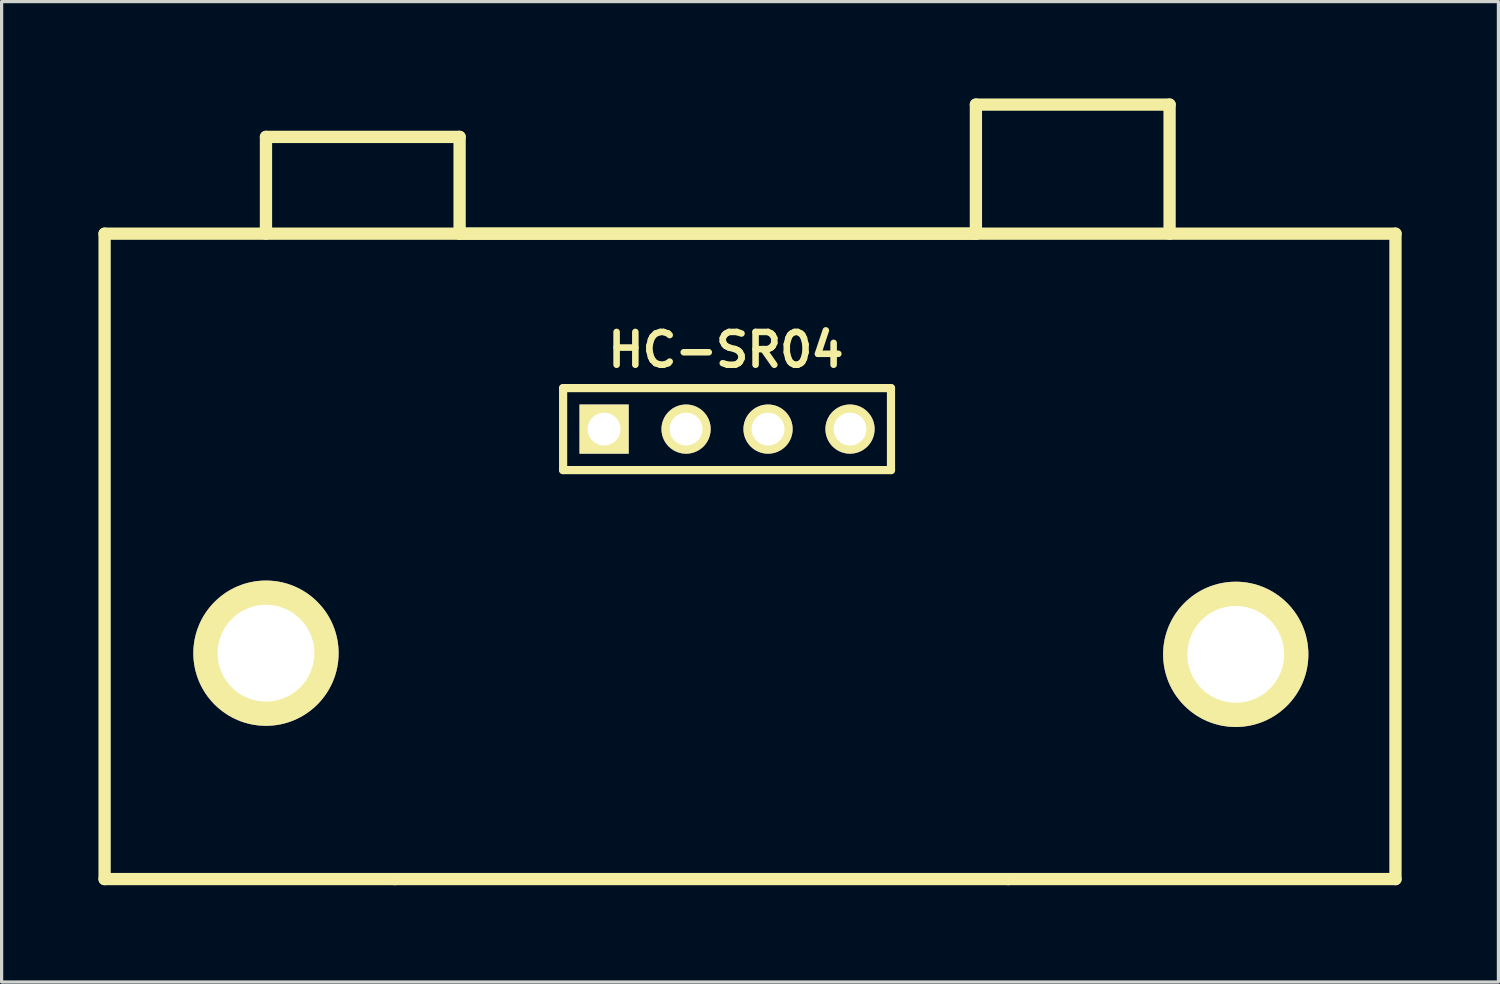
<source format=kicad_pcb>
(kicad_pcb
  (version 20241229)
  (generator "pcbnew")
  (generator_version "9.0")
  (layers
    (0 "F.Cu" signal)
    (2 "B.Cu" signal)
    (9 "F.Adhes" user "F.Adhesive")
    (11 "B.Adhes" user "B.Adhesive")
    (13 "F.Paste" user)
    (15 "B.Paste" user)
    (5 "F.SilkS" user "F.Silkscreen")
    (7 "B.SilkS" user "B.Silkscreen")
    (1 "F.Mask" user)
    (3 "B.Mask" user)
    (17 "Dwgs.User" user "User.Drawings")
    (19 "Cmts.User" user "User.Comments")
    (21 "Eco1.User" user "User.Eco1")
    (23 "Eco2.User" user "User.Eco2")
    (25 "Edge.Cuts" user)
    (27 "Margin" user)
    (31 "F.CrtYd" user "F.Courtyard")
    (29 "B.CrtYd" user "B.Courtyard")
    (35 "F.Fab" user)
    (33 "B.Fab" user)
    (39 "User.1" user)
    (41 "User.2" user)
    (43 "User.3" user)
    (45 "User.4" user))
  (footprint "HC-SR04"
    (layer "F.Cu")
    (at 19.444 10.333)
    (property "Reference" "HC-SR04" (at 0 -2.54 0) (layer "F.SilkS") (effects (font (size 1.016 1.016) (thickness 0.203))))
    (fp_line (start -19.253 -6.142) (end -19.253 13.858) (stroke (width 0.381) (type solid)) (layer "F.SilkS"))
    (fp_line (start -19.253 13.858) (end -10.251 13.858) (stroke (width 0.381) (type solid)) (layer "F.SilkS"))
    (fp_line (start -14.252 -9.141) (end -8.252 -9.141) (stroke (width 0.381) (type solid)) (layer "F.SilkS"))
    (fp_line (start -14.252 -6.142) (end -14.252 -9.141) (stroke (width 0.381) (type solid)) (layer "F.SilkS"))
    (fp_line (start -8.252 -9.141) (end -8.252 -6.142) (stroke (width 0.381) (type solid)) (layer "F.SilkS"))
    (fp_line (start -8.252 -6.142) (end 7.747 -6.142) (stroke (width 0.381) (type solid)) (layer "F.SilkS"))
    (fp_line (start -5.044 -1.356) (end -5.044 1.184) (stroke (width 0.254) (type solid)) (layer "F.SilkS"))
    (fp_line (start 5.116 -1.356) (end -5.044 -1.356) (stroke (width 0.254) (type solid)) (layer "F.SilkS"))
    (fp_line (start 5.116 1.184) (end -5.044 1.184) (stroke (width 0.254) (type solid)) (layer "F.SilkS"))
    (fp_line (start 5.116 1.184) (end 5.116 -1.356) (stroke (width 0.254) (type solid)) (layer "F.SilkS"))
    (fp_line (start 7.747 -10.142) (end 13.749 -10.142) (stroke (width 0.381) (type solid)) (layer "F.SilkS"))
    (fp_line (start 7.747 -6.142) (end 7.747 -10.142) (stroke (width 0.381) (type solid)) (layer "F.SilkS"))
    (fp_line (start 8.748 13.858) (end -10.251 13.858) (stroke (width 0.381) (type solid)) (layer "F.SilkS"))
    (fp_line (start 8.748 13.858) (end 20.749 13.858) (stroke (width 0.381) (type solid)) (layer "F.SilkS"))
    (fp_line (start 13.749 -10.142) (end 13.749 -6.142) (stroke (width 0.381) (type solid)) (layer "F.SilkS"))
    (fp_line (start 20.749 -6.142) (end -19.253 -6.142) (stroke (width 0.381) (type solid)) (layer "F.SilkS"))
    (fp_line (start 20.749 13.858) (end 20.749 -6.142) (stroke (width 0.381) (type solid)) (layer "F.SilkS"))
    (pad "" thru_hole circle (at -14.252 6.858) (size 4.501 4.501) (drill 3) (layers "*.Cu" "*.Mask" "F.SilkS"))
    (pad "" thru_hole circle (at 15.799 6.894) (size 4.501 4.501) (drill 3) (layers "*.Cu" "*.Mask" "F.SilkS"))
    (pad "1" thru_hole rect (at -3.774 -0.086) (size 1.524 1.524) (drill 1.016) (layers "*.Cu" "*.Mask" "F.SilkS"))
    (pad "2" thru_hole circle (at -1.234 -0.086) (size 1.524 1.524) (drill 1.016) (layers "*.Cu" "*.Mask" "F.SilkS"))
    (pad "3" thru_hole circle (at 1.306 -0.086) (size 1.524 1.524) (drill 1.016) (layers "*.Cu" "*.Mask" "F.SilkS"))
    (pad "4" thru_hole circle (at 3.846 -0.086) (size 1.524 1.524) (drill 1.016) (layers "*.Cu" "*.Mask" "F.SilkS")))
  (gr_rect
    (start -3 -3)
    (end 43.383 27.381)
    (stroke (width 0.1) (type default))
    (fill no)
    (layer "Edge.Cuts")))
</source>
